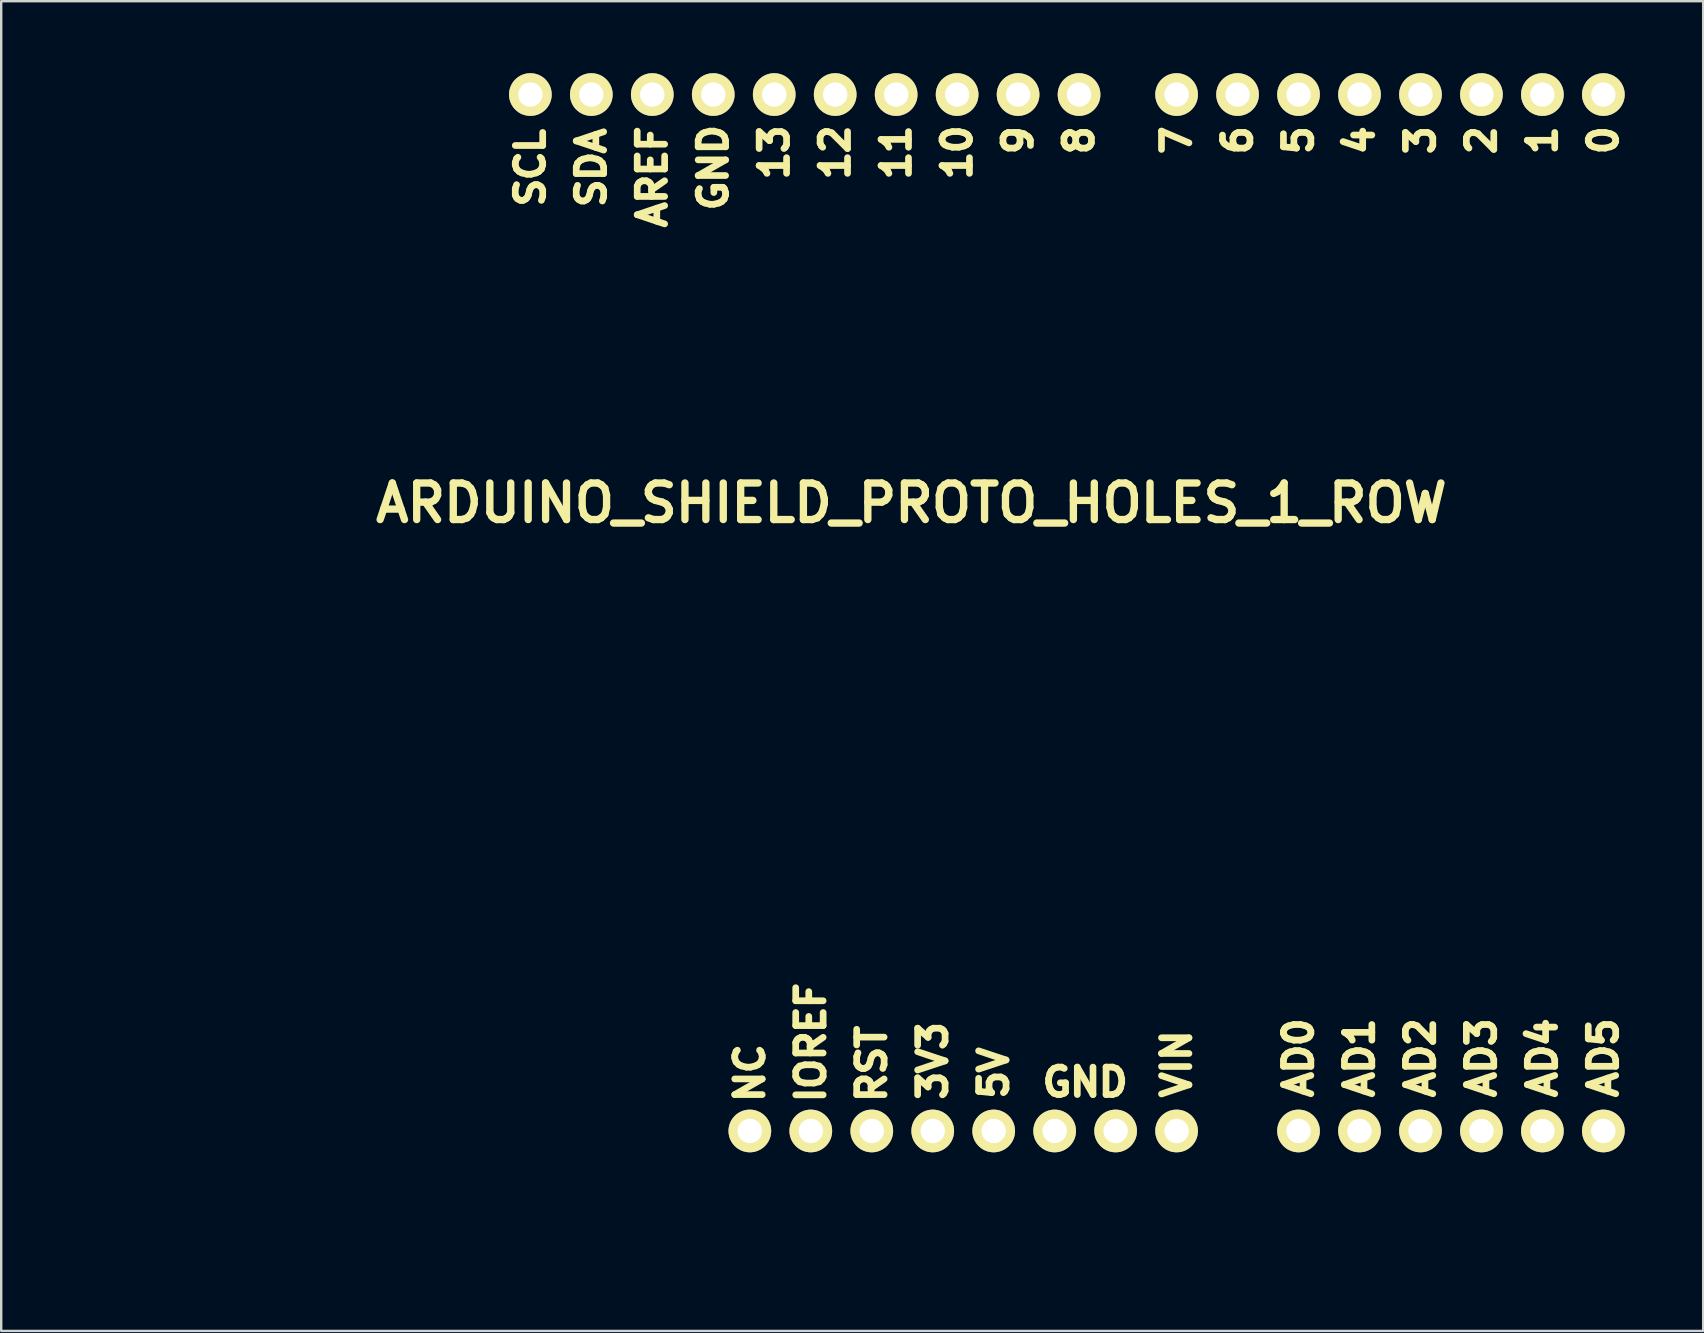
<source format=kicad_pcb>
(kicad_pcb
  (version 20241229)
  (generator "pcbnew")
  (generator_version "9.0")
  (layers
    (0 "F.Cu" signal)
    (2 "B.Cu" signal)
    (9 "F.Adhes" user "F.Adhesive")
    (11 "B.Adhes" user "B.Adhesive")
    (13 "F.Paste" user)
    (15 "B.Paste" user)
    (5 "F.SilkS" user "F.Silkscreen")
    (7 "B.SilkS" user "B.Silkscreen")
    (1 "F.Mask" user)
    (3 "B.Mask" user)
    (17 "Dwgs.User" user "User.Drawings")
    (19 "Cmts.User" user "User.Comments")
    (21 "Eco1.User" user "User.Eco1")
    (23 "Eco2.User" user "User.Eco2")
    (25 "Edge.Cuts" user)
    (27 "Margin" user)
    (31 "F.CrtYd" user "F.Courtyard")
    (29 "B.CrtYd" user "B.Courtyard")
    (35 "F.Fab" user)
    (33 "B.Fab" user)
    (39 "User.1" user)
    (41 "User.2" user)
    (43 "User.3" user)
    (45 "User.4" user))
  (footprint "ARDUINO_SHIELD_PROTO_HOLES_1_ROW"
    (layer "F.Cu")
    (at 0.25 49.149)
    (property "Reference" "ARDUINO_SHIELD_PROTO_HOLES_1_ROW" (at 34.671 -31.242 0) (layer "F.SilkS") (effects (font (size 1.524 1.524) (thickness 0.305))))
    (attr through_hole)
    (fp_text user "AD1" (at 53.34 -8.128 90) (layer "F.SilkS") (effects (font (size 1.143 1.143) (thickness 0.279))))
    (fp_text user "7" (at 45.72 -46.355 90) (layer "F.SilkS") (effects (font (size 1.143 1.143) (thickness 0.279))))
    (fp_text user "AD3" (at 58.42 -8.128 90) (layer "F.SilkS") (effects (font (size 1.143 1.143) (thickness 0.279))))
    (fp_text user "RST" (at 33.02 -7.874 90) (layer "F.SilkS") (effects (font (size 1.143 1.143) (thickness 0.279))))
    (fp_text user "GND" (at 26.416 -45.212 90) (layer "F.SilkS") (effects (font (size 1.143 1.143) (thickness 0.279))))
    (fp_text user "4" (at 53.34 -46.355 90) (layer "F.SilkS") (effects (font (size 1.143 1.143) (thickness 0.279))))
    (fp_text user "SCL" (at 18.796 -45.212 90) (layer "F.SilkS") (effects (font (size 1.143 1.143) (thickness 0.279))))
    (fp_text user "6" (at 48.26 -46.355 90) (layer "F.SilkS") (effects (font (size 1.143 1.143) (thickness 0.279))))
    (fp_text user "12" (at 31.496 -45.847 90) (layer "F.SilkS") (effects (font (size 1.143 1.143) (thickness 0.279))))
    (fp_text user "5" (at 50.8 -46.355 90) (layer "F.SilkS") (effects (font (size 1.143 1.143) (thickness 0.279))))
    (fp_text user "0" (at 63.5 -46.355 90) (layer "F.SilkS") (effects (font (size 1.143 1.143) (thickness 0.279))))
    (fp_text user "3" (at 55.88 -46.355 90) (layer "F.SilkS") (effects (font (size 1.143 1.143) (thickness 0.279))))
    (fp_text user "5V" (at 38.1 -7.493 90) (layer "F.SilkS") (effects (font (size 1.143 1.143) (thickness 0.279))))
    (fp_text user "1" (at 60.96 -46.355 90) (layer "F.SilkS") (effects (font (size 1.143 1.143) (thickness 0.279))))
    (fp_text user "9" (at 39.116 -46.355 90) (layer "F.SilkS") (effects (font (size 1.143 1.143) (thickness 0.279))))
    (fp_text user "8" (at 41.656 -46.355 90) (layer "F.SilkS") (effects (font (size 1.143 1.143) (thickness 0.279))))
    (fp_text user "13" (at 28.956 -45.847 90) (layer "F.SilkS") (effects (font (size 1.143 1.143) (thickness 0.279))))
    (fp_text user "AD0" (at 50.8 -8.128 90) (layer "F.SilkS") (effects (font (size 1.143 1.143) (thickness 0.279))))
    (fp_text user "IOREF" (at 30.48 -8.763 90) (layer "F.SilkS") (effects (font (size 1.143 1.143) (thickness 0.279))))
    (fp_text user "2" (at 58.42 -46.355 90) (layer "F.SilkS") (effects (font (size 1.143 1.143) (thickness 0.279))))
    (fp_text user "SDA" (at 21.336 -45.212 90) (layer "F.SilkS") (effects (font (size 1.143 1.143) (thickness 0.279))))
    (fp_text user "AD4" (at 60.96 -8.128 90) (layer "F.SilkS") (effects (font (size 1.143 1.143) (thickness 0.279))))
    (fp_text user "VIN" (at 45.72 -7.874 90) (layer "F.SilkS") (effects (font (size 1.143 1.143) (thickness 0.279))))
    (fp_text user "10" (at 36.576 -45.847 90) (layer "F.SilkS") (effects (font (size 1.143 1.143) (thickness 0.279))))
    (fp_text user "3V3" (at 35.56 -8.001 90) (layer "F.SilkS") (effects (font (size 1.143 1.143) (thickness 0.279))))
    (fp_text user "NC" (at 27.94 -7.493 90) (layer "F.SilkS") (effects (font (size 1.143 1.143) (thickness 0.279))))
    (fp_text user "AD5" (at 63.5 -8.128 90) (layer "F.SilkS") (effects (font (size 1.143 1.143) (thickness 0.279))))
    (fp_text user "AD2" (at 55.88 -8.128 90) (layer "F.SilkS") (effects (font (size 1.143 1.143) (thickness 0.279))))
    (fp_text user "11" (at 34.036 -45.847 90) (layer "F.SilkS") (effects (font (size 1.143 1.143) (thickness 0.279))))
    (fp_text user "GND" (at 41.91 -7.112 0) (layer "F.SilkS") (effects (font (size 1.143 1.143) (thickness 0.279))))
    (fp_text user "AREF" (at 23.876 -44.831 90) (layer "F.SilkS") (effects (font (size 1.143 1.143) (thickness 0.279))))
    (pad "0" thru_hole circle (at 63.5 -48.26) (size 1.778 1.778) (drill 1.016) (layers "*.Cu" "*.Mask" "F.SilkS"))
    (pad "1" thru_hole circle (at 60.96 -48.26) (size 1.778 1.778) (drill 1.016) (layers "*.Cu" "*.Mask" "F.SilkS"))
    (pad "2" thru_hole circle (at 58.42 -48.26) (size 1.778 1.778) (drill 1.016) (layers "*.Cu" "*.Mask" "F.SilkS"))
    (pad "3" thru_hole circle (at 55.88 -48.26) (size 1.778 1.778) (drill 1.016) (layers "*.Cu" "*.Mask" "F.SilkS"))
    (pad "3V3" thru_hole circle (at 30.48 -5.08) (size 1.778 1.778) (drill 1.016) (layers "*.Cu" "*.Mask" "F.SilkS"))
    (pad "3V3" thru_hole circle (at 35.56 -5.08) (size 1.778 1.778) (drill 1.016) (layers "*.Cu" "*.Mask" "F.SilkS"))
    (pad "4" thru_hole circle (at 53.34 -48.26) (size 1.778 1.778) (drill 1.016) (layers "*.Cu" "*.Mask" "F.SilkS"))
    (pad "5" thru_hole circle (at 50.8 -48.26) (size 1.778 1.778) (drill 1.016) (layers "*.Cu" "*.Mask" "F.SilkS"))
    (pad "5V" thru_hole circle (at 38.1 -5.08) (size 1.778 1.778) (drill 1.016) (layers "*.Cu" "*.Mask" "F.SilkS"))
    (pad "6" thru_hole circle (at 48.26 -48.26) (size 1.778 1.778) (drill 1.016) (layers "*.Cu" "*.Mask" "F.SilkS"))
    (pad "7" thru_hole circle (at 45.72 -48.26) (size 1.778 1.778) (drill 1.016) (layers "*.Cu" "*.Mask" "F.SilkS"))
    (pad "8" thru_hole circle (at 41.656 -48.26) (size 1.778 1.778) (drill 1.016) (layers "*.Cu" "*.Mask" "F.SilkS"))
    (pad "9" thru_hole circle (at 39.116 -48.26) (size 1.778 1.778) (drill 1.016) (layers "*.Cu" "*.Mask" "F.SilkS"))
    (pad "10" thru_hole circle (at 36.576 -48.26) (size 1.778 1.778) (drill 1.016) (layers "*.Cu" "*.Mask" "F.SilkS"))
    (pad "11" thru_hole circle (at 34.036 -48.26) (size 1.778 1.778) (drill 1.016) (layers "*.Cu" "*.Mask" "F.SilkS"))
    (pad "12" thru_hole circle (at 31.496 -48.26) (size 1.778 1.778) (drill 1.016) (layers "*.Cu" "*.Mask" "F.SilkS"))
    (pad "13" thru_hole circle (at 28.956 -48.26) (size 1.778 1.778) (drill 1.016) (layers "*.Cu" "*.Mask" "F.SilkS"))
    (pad "AD0" thru_hole circle (at 50.8 -5.08) (size 1.778 1.778) (drill 1.016) (layers "*.Cu" "*.Mask" "F.SilkS"))
    (pad "AD1" thru_hole circle (at 53.34 -5.08) (size 1.778 1.778) (drill 1.016) (layers "*.Cu" "*.Mask" "F.SilkS"))
    (pad "AD2" thru_hole circle (at 55.88 -5.08) (size 1.778 1.778) (drill 1.016) (layers "*.Cu" "*.Mask" "F.SilkS"))
    (pad "AD3" thru_hole circle (at 58.42 -5.08) (size 1.778 1.778) (drill 1.016) (layers "*.Cu" "*.Mask" "F.SilkS"))
    (pad "AD4" thru_hole circle (at 60.96 -5.08) (size 1.778 1.778) (drill 1.016) (layers "*.Cu" "*.Mask" "F.SilkS"))
    (pad "AD5" thru_hole circle (at 63.5 -5.08) (size 1.778 1.778) (drill 1.016) (layers "*.Cu" "*.Mask" "F.SilkS"))
    (pad "AREF" thru_hole circle (at 23.876 -48.26) (size 1.778 1.778) (drill 1.016) (layers "*.Cu" "*.Mask" "F.SilkS"))
    (pad "GND1" thru_hole circle (at 40.64 -5.08) (size 1.778 1.778) (drill 1.016) (layers "*.Cu" "*.Mask" "F.SilkS"))
    (pad "GND2" thru_hole circle (at 43.18 -5.08) (size 1.778 1.778) (drill 1.016) (layers "*.Cu" "*.Mask" "F.SilkS"))
    (pad "GND3" thru_hole circle (at 26.416 -48.26) (size 1.778 1.778) (drill 1.016) (layers "*.Cu" "*.Mask" "F.SilkS"))
    (pad "NC" thru_hole circle (at 27.94 -5.08) (size 1.778 1.778) (drill 1.016) (layers "*.Cu" "*.Mask" "F.SilkS"))
    (pad "RST" thru_hole circle (at 33.02 -5.08) (size 1.778 1.778) (drill 1.016) (layers "*.Cu" "*.Mask" "F.SilkS"))
    (pad "SCL" thru_hole circle (at 18.796 -48.26) (size 1.778 1.778) (drill 1.016) (layers "*.Cu" "*.Mask" "F.SilkS"))
    (pad "SDA" thru_hole circle (at 21.336 -48.26) (size 1.778 1.778) (drill 1.016) (layers "*.Cu" "*.Mask" "F.SilkS"))
    (pad "V_IN" thru_hole circle (at 45.72 -5.08) (size 1.778 1.778) (drill 1.016) (layers "*.Cu" "*.Mask" "F.SilkS")))
  (gr_rect
    (start -3 -3)
    (end 67.909 52.399)
    (stroke (width 0.1) (type default))
    (fill no)
    (layer "Edge.Cuts")))
</source>
